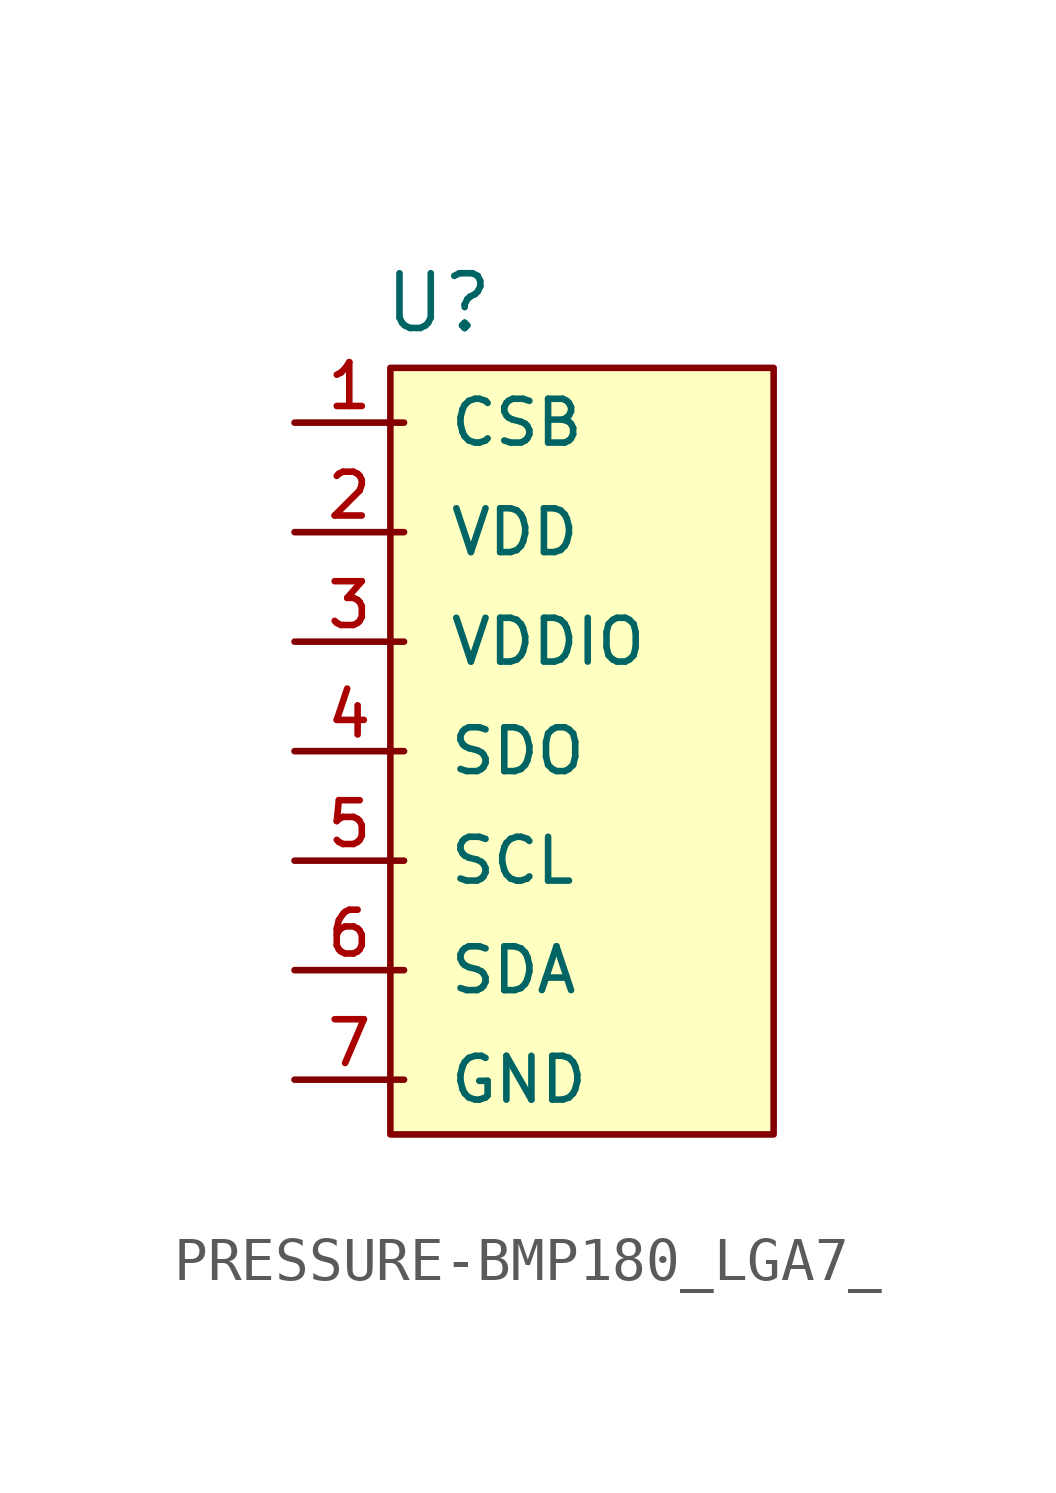
<source format=kicad_sym>
(kicad_symbol_lib
  (version 20231120)
  (generator "kicad_symbol_editor")
  (generator_version "8.0")
  (symbol "PRESSURE-BMP180_LGA7_"
    (pin_names
      (offset 1.016))
    (property "Reference" "U"
      (at 2.032 9.652 0)
      (effects (font (size 1.27 1.27)) (justify left bottom)))
    (symbol "PRESSURE-BMP180_LGA7__0_0"
      (rectangle (start 2.223 8.89) (end 11.113 -8.89) (stroke (width 0.152) (type default)) (fill (type background)))
      (pin bidirectional line (at 0 7.62 0) (length 2.54) (name "CSB" (effects (font (size 1.016 1.016)))) (number "1" (effects (font (size 1.016 1.016)))))
      (pin bidirectional line (at 0 5.08 0) (length 2.54) (name "VDD" (effects (font (size 1.016 1.016)))) (number "2" (effects (font (size 1.016 1.016)))))
      (pin bidirectional line (at 0 2.54 0) (length 2.54) (name "VDDIO" (effects (font (size 1.016 1.016)))) (number "3" (effects (font (size 1.016 1.016)))))
      (pin bidirectional line (at 0 0 0) (length 2.54) (name "SDO" (effects (font (size 1.016 1.016)))) (number "4" (effects (font (size 1.016 1.016)))))
      (pin bidirectional line (at 0 -2.54 0) (length 2.54) (name "SCL" (effects (font (size 1.016 1.016)))) (number "5" (effects (font (size 1.016 1.016)))))
      (pin bidirectional line (at 0 -5.08 0) (length 2.54) (name "SDA" (effects (font (size 1.016 1.016)))) (number "6" (effects (font (size 1.016 1.016)))))
      (pin bidirectional line (at 0 -7.62 0) (length 2.54) (name "GND" (effects (font (size 1.016 1.016)))) (number "7" (effects (font (size 1.016 1.016))))))))
</source>
